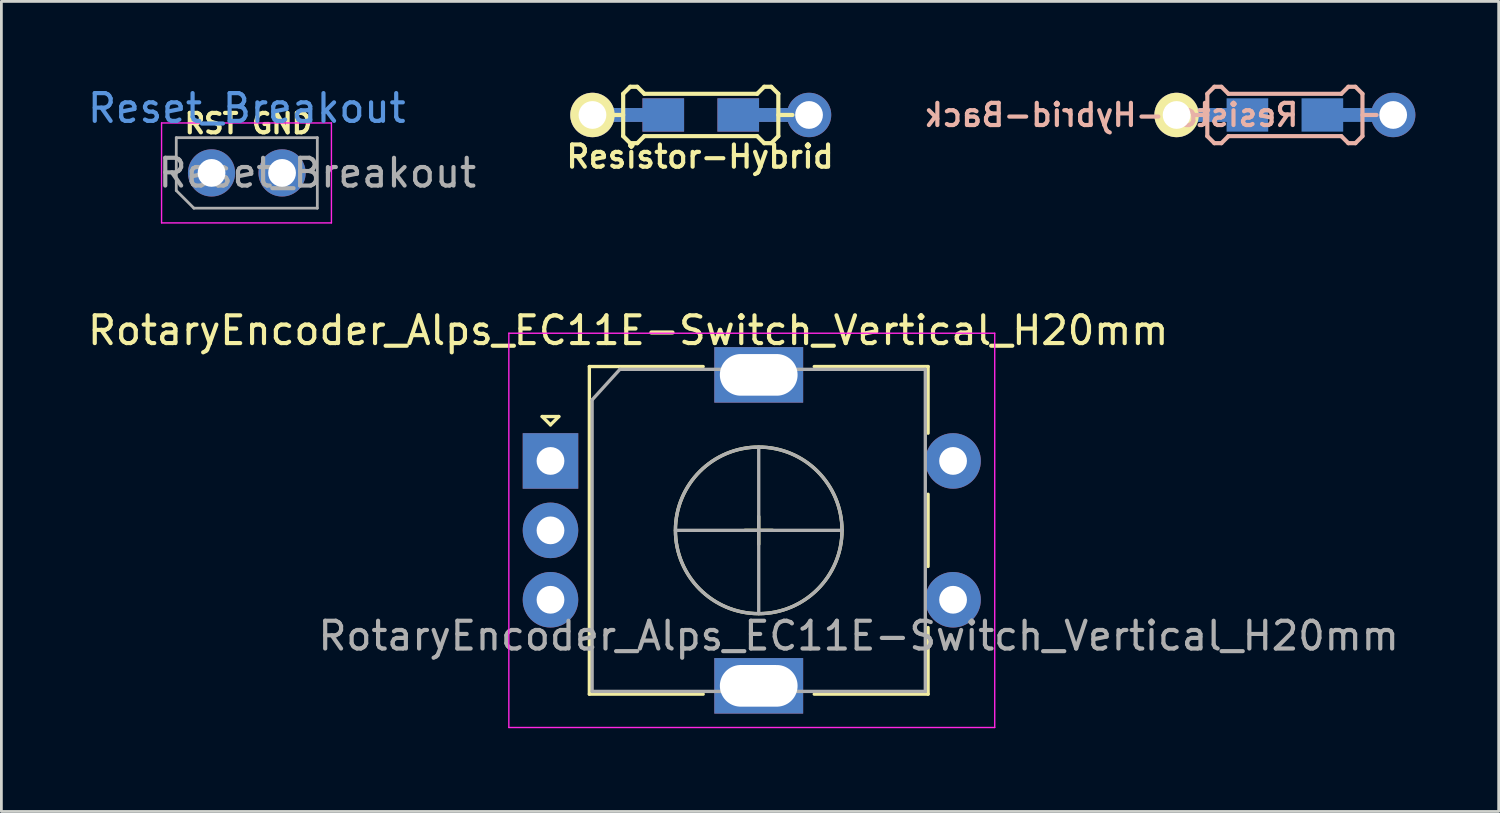
<source format=kicad_pcb>
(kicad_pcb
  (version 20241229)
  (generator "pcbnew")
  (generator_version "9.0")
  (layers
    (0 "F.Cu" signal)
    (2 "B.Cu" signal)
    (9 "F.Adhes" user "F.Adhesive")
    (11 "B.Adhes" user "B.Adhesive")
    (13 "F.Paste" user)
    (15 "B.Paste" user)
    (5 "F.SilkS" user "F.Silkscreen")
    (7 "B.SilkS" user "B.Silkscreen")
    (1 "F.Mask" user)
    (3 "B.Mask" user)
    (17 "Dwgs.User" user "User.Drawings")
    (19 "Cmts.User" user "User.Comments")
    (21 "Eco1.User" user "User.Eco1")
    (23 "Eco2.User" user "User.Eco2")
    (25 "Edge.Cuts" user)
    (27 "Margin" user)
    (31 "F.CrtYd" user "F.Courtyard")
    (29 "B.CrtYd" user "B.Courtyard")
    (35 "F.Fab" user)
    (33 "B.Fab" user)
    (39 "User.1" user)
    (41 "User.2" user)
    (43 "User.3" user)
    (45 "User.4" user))
  (footprint "RotaryEncoder_Alps_EC11E-Switch_Vertical_H20mm"
    (layer "F.Cu")
    (at 24.277 16.052)
    (property "Reference" "RotaryEncoder_Alps_EC11E-Switch_Vertical_H20mm" (at -4.7 -7.2 0) (layer "F.SilkS") (effects (font (size 1 1) (thickness 0.15))))
    (attr through_hole)
    (fp_line (start -7.8 -4.1) (end -7.2 -4.1) (stroke (width 0.12) (type solid)) (layer "F.SilkS"))
    (fp_line (start -7.5 -3.8) (end -7.8 -4.1) (stroke (width 0.12) (type solid)) (layer "F.SilkS"))
    (fp_line (start -7.2 -4.1) (end -7.5 -3.8) (stroke (width 0.12) (type solid)) (layer "F.SilkS"))
    (fp_line (start -6.1 -5.9) (end -6.1 5.9) (stroke (width 0.12) (type solid)) (layer "F.SilkS"))
    (fp_line (start -2 -5.9) (end -6.1 -5.9) (stroke (width 0.12) (type solid)) (layer "F.SilkS"))
    (fp_line (start -2 5.9) (end -6.1 5.9) (stroke (width 0.12) (type solid)) (layer "F.SilkS"))
    (fp_line (start -0.5 0) (end 0.5 0) (stroke (width 0.12) (type solid)) (layer "F.SilkS"))
    (fp_line (start 0 -0.5) (end 0 0.5) (stroke (width 0.12) (type solid)) (layer "F.SilkS"))
    (fp_line (start 2 -5.9) (end 6.1 -5.9) (stroke (width 0.12) (type solid)) (layer "F.SilkS"))
    (fp_line (start 6.1 -5.9) (end 6.1 -3.5) (stroke (width 0.12) (type solid)) (layer "F.SilkS"))
    (fp_line (start 6.1 -1.3) (end 6.1 1.3) (stroke (width 0.12) (type solid)) (layer "F.SilkS"))
    (fp_line (start 6.1 3.5) (end 6.1 5.9) (stroke (width 0.12) (type solid)) (layer "F.SilkS"))
    (fp_line (start 6.1 5.9) (end 2 5.9) (stroke (width 0.12) (type solid)) (layer "F.SilkS"))
    (fp_circle (center 0 0) (end 3 0) (stroke (width 0.12) (type solid)) (fill no) (layer "F.SilkS"))
    (fp_line (start -9 -7.1) (end -9 7.1) (stroke (width 0.05) (type solid)) (layer "F.CrtYd"))
    (fp_line (start -9 -7.1) (end 8.5 -7.1) (stroke (width 0.05) (type solid)) (layer "F.CrtYd"))
    (fp_line (start 8.5 7.1) (end -9 7.1) (stroke (width 0.05) (type solid)) (layer "F.CrtYd"))
    (fp_line (start 8.5 7.1) (end 8.5 -7.1) (stroke (width 0.05) (type solid)) (layer "F.CrtYd"))
    (fp_line (start -6 -4.7) (end -5 -5.8) (stroke (width 0.12) (type solid)) (layer "F.Fab"))
    (fp_line (start -6 5.8) (end -6 -4.7) (stroke (width 0.12) (type solid)) (layer "F.Fab"))
    (fp_line (start -5 -5.8) (end 6 -5.8) (stroke (width 0.12) (type solid)) (layer "F.Fab"))
    (fp_line (start -3 0) (end 3 0) (stroke (width 0.12) (type solid)) (layer "F.Fab"))
    (fp_line (start 0 -3) (end 0 3) (stroke (width 0.12) (type solid)) (layer "F.Fab"))
    (fp_line (start 6 -5.8) (end 6 5.8) (stroke (width 0.12) (type solid)) (layer "F.Fab"))
    (fp_line (start 6 5.8) (end -6 5.8) (stroke (width 0.12) (type solid)) (layer "F.Fab"))
    (fp_circle (center 0 0) (end 3 0) (stroke (width 0.12) (type solid)) (fill no) (layer "F.Fab"))
    (fp_text user "${REFERENCE}" (at 3.6 3.8 0) (layer "F.Fab") (effects (font (size 1 1) (thickness 0.15))))
    (pad "A" thru_hole rect (at -7.5 -2.5) (size 2 2) (drill 1) (layers "*.Cu" "*.Mask"))
    (pad "B" thru_hole circle (at -7.5 2.5) (size 2 2) (drill 1) (layers "*.Cu" "*.Mask"))
    (pad "C" thru_hole circle (at -7.5 0) (size 2 2) (drill 1) (layers "*.Cu" "*.Mask"))
    (pad "MP" thru_hole rect (at 0 -5.6) (size 3.2 2) (drill oval 2.8 1.5) (layers "*.Cu" "*.Mask"))
    (pad "MP" thru_hole rect (at 0 5.6) (size 3.2 2) (drill oval 2.8 1.5) (layers "*.Cu" "*.Mask"))
    (pad "S1" thru_hole circle (at 7 2.5) (size 2 2) (drill 1) (layers "*.Cu" "*.Mask"))
    (pad "S2" thru_hole circle (at 7 -2.5) (size 2 2) (drill 1) (layers "*.Cu" "*.Mask")))
  (footprint "Resistor-Hybrid"
    (layer "F.Cu")
    (at 22.189 1.091)
    (property "Reference" "Resistor-Hybrid" (at -0.025 1.5 0) (layer "F.SilkS") (effects (font (size 0.8 0.8) (thickness 0.15))))
    (attr smd)
    (fp_line (start -3.302 0) (end -2.794 0) (stroke (width 0.15) (type solid)) (layer "F.SilkS"))
    (fp_line (start -2.794 -0.762) (end -2.54 -1.016) (stroke (width 0.15) (type solid)) (layer "F.SilkS"))
    (fp_line (start -2.794 0.762) (end -2.794 -0.762) (stroke (width 0.15) (type solid)) (layer "F.SilkS"))
    (fp_line (start -2.54 -1.016) (end -2.286 -1.016) (stroke (width 0.15) (type solid)) (layer "F.SilkS"))
    (fp_line (start -2.54 1.016) (end -2.794 0.762) (stroke (width 0.15) (type solid)) (layer "F.SilkS"))
    (fp_line (start -2.286 -1.016) (end -2.032 -0.762) (stroke (width 0.15) (type solid)) (layer "F.SilkS"))
    (fp_line (start -2.286 1.016) (end -2.54 1.016) (stroke (width 0.15) (type solid)) (layer "F.SilkS"))
    (fp_line (start -2.032 -0.762) (end 2.032 -0.762) (stroke (width 0.15) (type solid)) (layer "F.SilkS"))
    (fp_line (start -2.032 0.762) (end -2.286 1.016) (stroke (width 0.15) (type solid)) (layer "F.SilkS"))
    (fp_line (start 2.032 -0.762) (end 2.286 -1.016) (stroke (width 0.15) (type solid)) (layer "F.SilkS"))
    (fp_line (start 2.032 0.762) (end -2.032 0.762) (stroke (width 0.15) (type solid)) (layer "F.SilkS"))
    (fp_line (start 2.286 -1.016) (end 2.54 -1.016) (stroke (width 0.15) (type solid)) (layer "F.SilkS"))
    (fp_line (start 2.286 1.016) (end 2.032 0.762) (stroke (width 0.15) (type solid)) (layer "F.SilkS"))
    (fp_line (start 2.54 -1.016) (end 2.794 -0.762) (stroke (width 0.15) (type solid)) (layer "F.SilkS"))
    (fp_line (start 2.54 1.016) (end 2.286 1.016) (stroke (width 0.15) (type solid)) (layer "F.SilkS"))
    (fp_line (start 2.794 -0.762) (end 2.794 0.762) (stroke (width 0.15) (type solid)) (layer "F.SilkS"))
    (fp_line (start 2.794 0) (end 3.302 0) (stroke (width 0.15) (type solid)) (layer "F.SilkS"))
    (fp_line (start 2.794 0.762) (end 2.54 1.016) (stroke (width 0.15) (type solid)) (layer "F.SilkS"))
    (pad "1" smd rect (at 1.35 0) (size 1.5 1.2) (layers "F.Cu" "F.Mask" "F.Paste"))
    (pad "1" smd rect (at 1.35 0) (size 1.5 1.2) (layers "B.Cu" "B.Mask" "B.Paste"))
    (pad "1" smd rect (at 2.5 0) (size 2.9 0.5) (layers "F.Cu"))
    (pad "1" smd rect (at 2.5 0) (size 2.9 0.5) (layers "B.Cu"))
    (pad "1" thru_hole circle (at 3.9 0) (size 1.6 1.6) (drill 1) (layers "*.Cu" "*.Mask"))
    (pad "2" thru_hole circle (at -3.9 0) (size 1.6 1.6) (drill 1) (layers "*.Cu" "*.Mask" "F.SilkS"))
    (pad "2" smd rect (at -2.5 0) (size 2.9 0.5) (layers "F.Cu"))
    (pad "2" smd rect (at -2.5 0) (size 2.9 0.5) (layers "B.Cu"))
    (pad "2" smd rect (at -1.35 0) (size 1.5 1.2) (layers "F.Cu" "F.Mask" "F.Paste"))
    (pad "2" smd rect (at -1.35 0) (size 1.5 1.2) (layers "B.Cu" "B.Mask" "B.Paste")))
  (footprint "Resistor-Hybrid-Back"
    (layer "F.Cu")
    (at 43.228 1.091)
    (property "Reference" "Resistor-Hybrid-Back" (at -6.251 0 0) (layer "B.SilkS") (effects (font (size 0.8 0.8) (thickness 0.15)) (justify mirror)))
    (attr smd)
    (fp_line (start -3.302 0) (end -2.794 0) (stroke (width 0.15) (type solid)) (layer "B.SilkS"))
    (fp_line (start -2.794 -0.762) (end -2.54 -1.016) (stroke (width 0.15) (type solid)) (layer "B.SilkS"))
    (fp_line (start -2.794 0.762) (end -2.794 -0.762) (stroke (width 0.15) (type solid)) (layer "B.SilkS"))
    (fp_line (start -2.54 -1.016) (end -2.286 -1.016) (stroke (width 0.15) (type solid)) (layer "B.SilkS"))
    (fp_line (start -2.54 1.016) (end -2.794 0.762) (stroke (width 0.15) (type solid)) (layer "B.SilkS"))
    (fp_line (start -2.286 -1.016) (end -2.032 -0.762) (stroke (width 0.15) (type solid)) (layer "B.SilkS"))
    (fp_line (start -2.286 1.016) (end -2.54 1.016) (stroke (width 0.15) (type solid)) (layer "B.SilkS"))
    (fp_line (start -2.032 -0.762) (end 2.032 -0.762) (stroke (width 0.15) (type solid)) (layer "B.SilkS"))
    (fp_line (start -2.032 0.762) (end -2.286 1.016) (stroke (width 0.15) (type solid)) (layer "B.SilkS"))
    (fp_line (start 2.032 -0.762) (end 2.286 -1.016) (stroke (width 0.15) (type solid)) (layer "B.SilkS"))
    (fp_line (start 2.032 0.762) (end -2.032 0.762) (stroke (width 0.15) (type solid)) (layer "B.SilkS"))
    (fp_line (start 2.286 -1.016) (end 2.54 -1.016) (stroke (width 0.15) (type solid)) (layer "B.SilkS"))
    (fp_line (start 2.286 1.016) (end 2.032 0.762) (stroke (width 0.15) (type solid)) (layer "B.SilkS"))
    (fp_line (start 2.54 -1.016) (end 2.794 -0.762) (stroke (width 0.15) (type solid)) (layer "B.SilkS"))
    (fp_line (start 2.54 1.016) (end 2.286 1.016) (stroke (width 0.15) (type solid)) (layer "B.SilkS"))
    (fp_line (start 2.794 -0.762) (end 2.794 0.762) (stroke (width 0.15) (type solid)) (layer "B.SilkS"))
    (fp_line (start 2.794 0) (end 3.302 0) (stroke (width 0.15) (type solid)) (layer "B.SilkS"))
    (fp_line (start 2.794 0.762) (end 2.54 1.016) (stroke (width 0.15) (type solid)) (layer "B.SilkS"))
    (pad "1" smd rect (at 1.35 0) (size 1.5 1.2) (layers "B.Cu" "B.Mask" "B.Paste"))
    (pad "1" smd rect (at 2.5 0) (size 2.9 0.5) (layers "B.Cu"))
    (pad "1" thru_hole circle (at 3.9 0) (size 1.6 1.6) (drill 1) (layers "*.Cu" "*.Mask"))
    (pad "2" thru_hole circle (at -3.9 0) (size 1.6 1.6) (drill 1) (layers "*.Cu" "*.Mask" "F.SilkS"))
    (pad "2" smd rect (at -2.5 0) (size 2.9 0.5) (layers "B.Cu"))
    (pad "2" smd rect (at -1.35 0) (size 1.5 1.2) (layers "B.Cu" "B.Mask" "B.Paste")))
  (footprint "Reset_Breakout"
    (layer "F.Cu")
    (at 5.839 3.178)
    (property "Reference" "Reset_Breakout" (at 0 -2.33 0) (layer "Cmts.User") (effects (font (size 1 1) (thickness 0.15))))
    (attr through_hole)
    (fp_line (start -3.07 -1.8) (end -3.07 1.8) (stroke (width 0.05) (type solid)) (layer "F.CrtYd"))
    (fp_line (start -3.07 1.8) (end 3.048 1.8) (stroke (width 0.05) (type solid)) (layer "F.CrtYd"))
    (fp_line (start 3.048 -1.8) (end -3.07 -1.8) (stroke (width 0.05) (type solid)) (layer "F.CrtYd"))
    (fp_line (start 3.048 1.8) (end 3.048 -1.8) (stroke (width 0.05) (type solid)) (layer "F.CrtYd"))
    (fp_line (start -2.54 -1.27) (end 2.54 -1.27) (stroke (width 0.1) (type solid)) (layer "F.Fab"))
    (fp_line (start -2.54 0.635) (end -2.54 -1.27) (stroke (width 0.1) (type solid)) (layer "F.Fab"))
    (fp_line (start -1.905 1.27) (end -2.54 0.635) (stroke (width 0.1) (type solid)) (layer "F.Fab"))
    (fp_line (start 2.54 -1.27) (end 2.54 1.27) (stroke (width 0.1) (type solid)) (layer "F.Fab"))
    (fp_line (start 2.54 1.27) (end -1.905 1.27) (stroke (width 0.1) (type solid)) (layer "F.Fab"))
    (fp_text user "GND" (at 1.27 -1.778 0) (unlocked yes) (layer "F.SilkS") (effects (font (size 0.7 0.7) (thickness 0.15))))
    (fp_text user "RST" (at -1.27 -1.778 0) (unlocked yes) (layer "F.SilkS") (effects (font (size 0.7 0.7) (thickness 0.15))))
    (fp_text user "${REFERENCE}" (at 2.54 0 180) (layer "F.Fab") (effects (font (size 1 1) (thickness 0.15))))
    (pad "1" thru_hole circle (at -1.27 0 90) (size 1.7 1.7) (drill 1) (layers "*.Cu" "*.Mask"))
    (pad "2" thru_hole oval (at 1.27 0 90) (size 1.7 1.7) (drill 1) (layers "*.Cu" "*.Mask")))
  (gr_rect
    (start -3 -3)
    (end 50.928 26.177)
    (stroke (width 0.1) (type default))
    (fill no)
    (layer "Edge.Cuts")))
</source>
